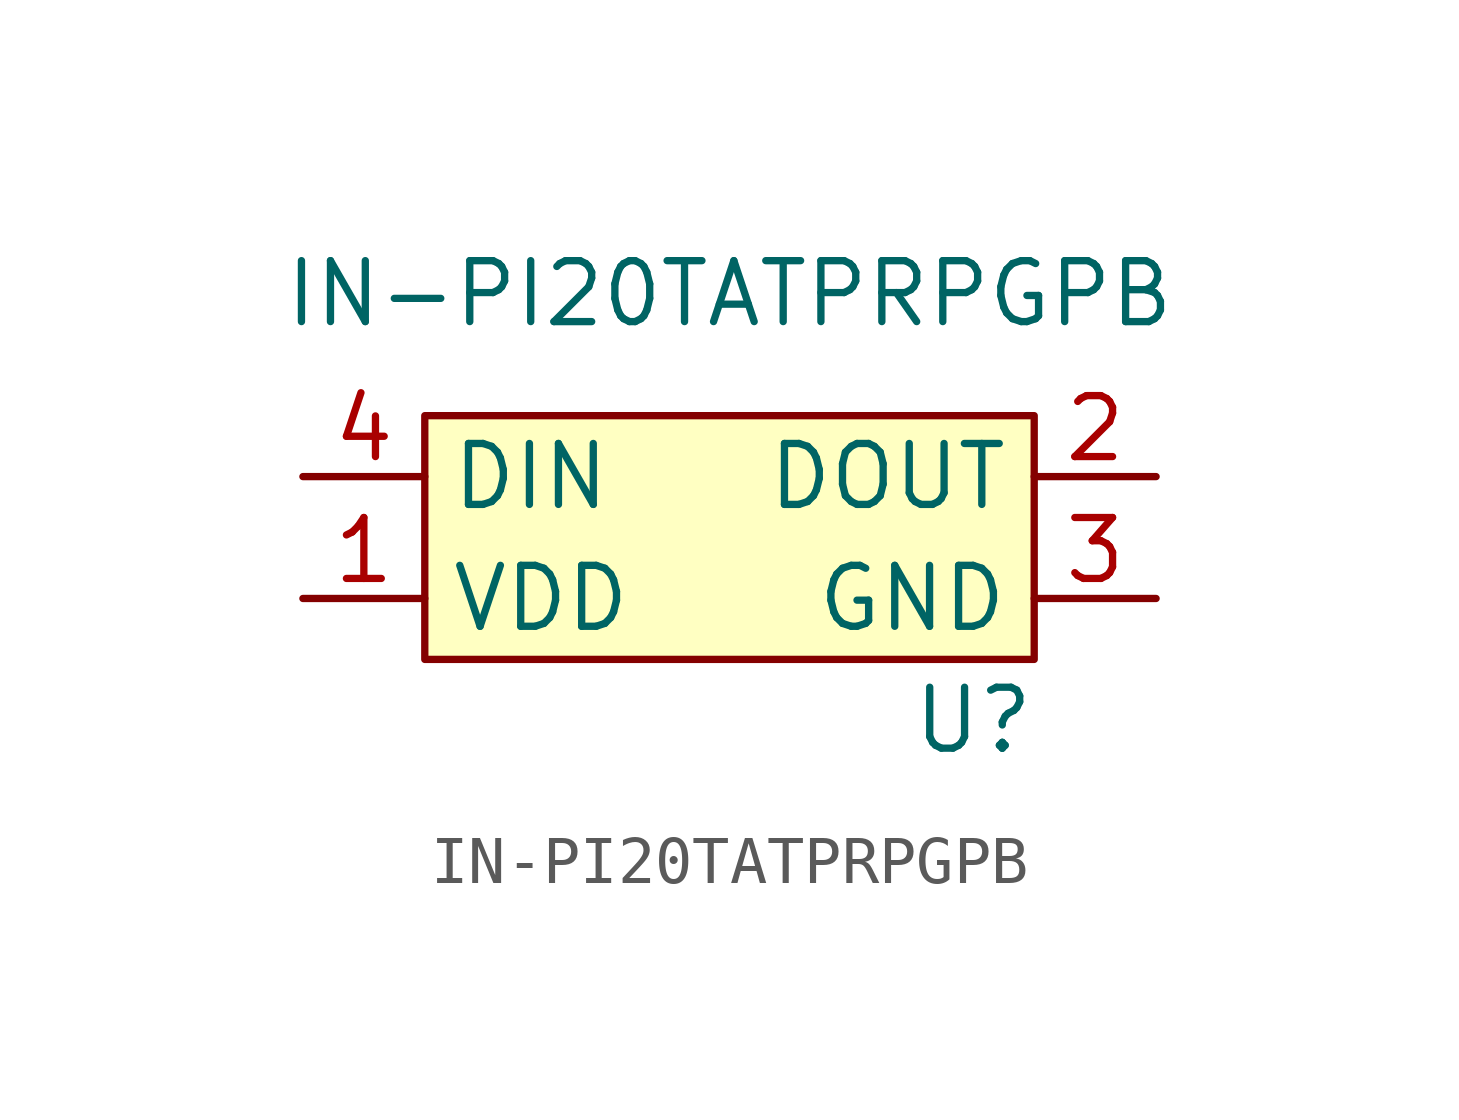
<source format=kicad_sym>
(kicad_symbol_lib
  (version 20211014)
  (generator kicad_symbol_editor)
  (symbol "IN-PI20TATPRPGPB"
    (property "Reference" "U"
      (at 11.43 -1.27 0)
      (effects (font (size 1.27 1.27))))
    (property "Value" "IN-PI20TATPRPGPB"
      (at 6.35 7.62 0)
      (effects (font (size 1.27 1.27))))
    (symbol "IN-PI20TATPRPGPB_0_1"
      (rectangle (start 0 5.08) (end 12.7 0) (stroke (width 0) (type default) (color 0 0 0 0)) (fill (type background))))
    (symbol "IN-PI20TATPRPGPB_1_1"
      (pin power_in line (at -2.54 1.27 0) (length 2.54) (name "VDD" (effects (font (size 1.27 1.27)))) (number "1" (effects (font (size 1.27 1.27)))))
      (pin output line (at 15.24 3.81 180) (length 2.54) (name "DOUT" (effects (font (size 1.27 1.27)))) (number "2" (effects (font (size 1.27 1.27)))))
      (pin power_in line (at 15.24 1.27 180) (length 2.54) (name "GND" (effects (font (size 1.27 1.27)))) (number "3" (effects (font (size 1.27 1.27)))))
      (pin input line (at -2.54 3.81 0) (length 2.54) (name "DIN" (effects (font (size 1.27 1.27)))) (number "4" (effects (font (size 1.27 1.27))))))))
</source>
